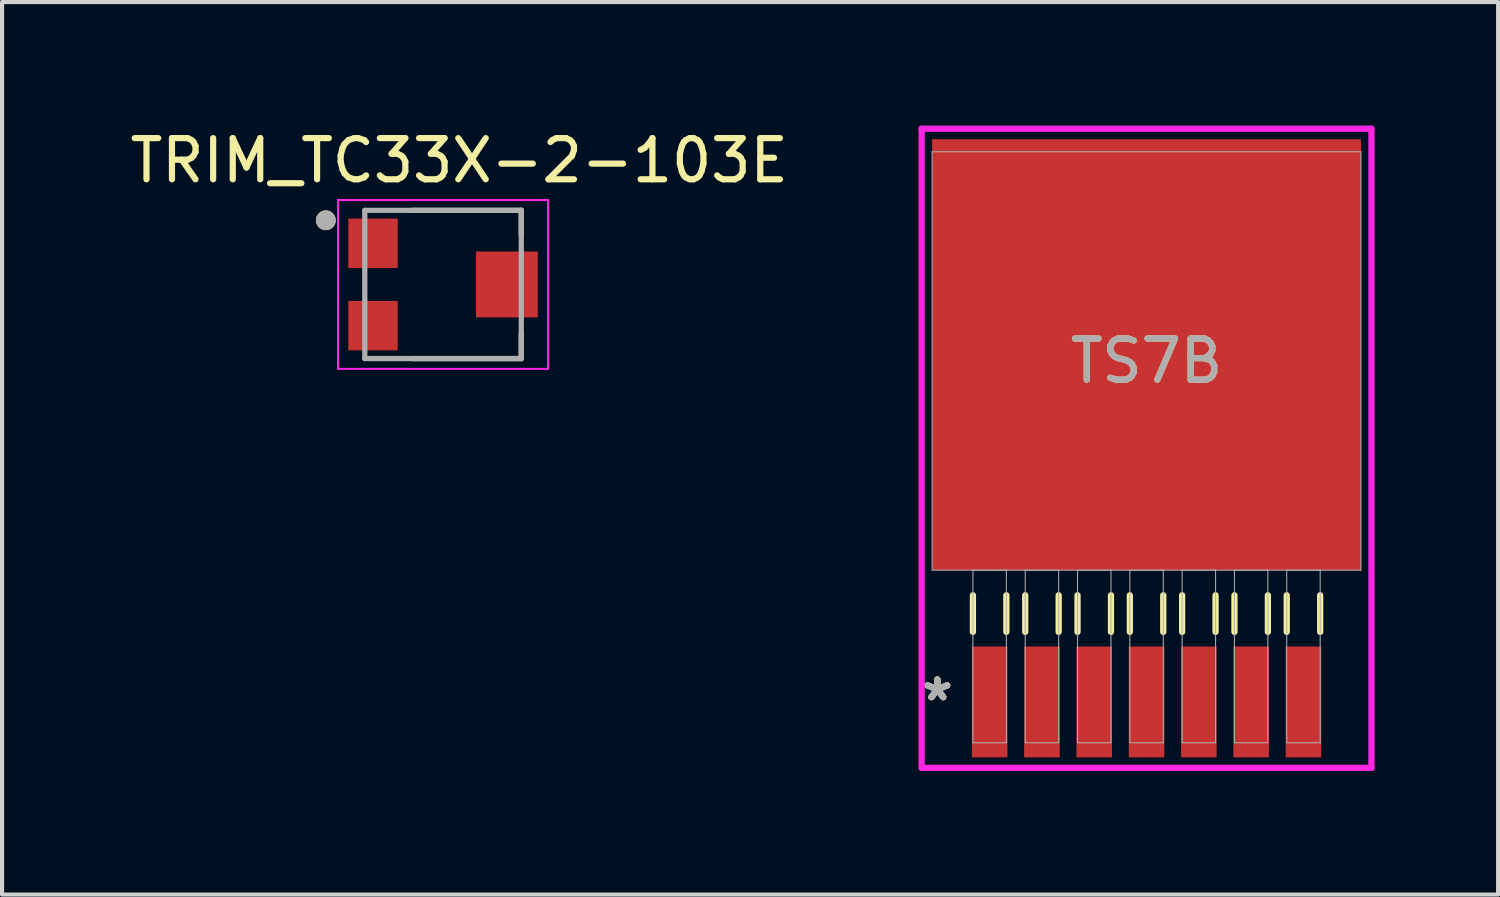
<source format=kicad_pcb>
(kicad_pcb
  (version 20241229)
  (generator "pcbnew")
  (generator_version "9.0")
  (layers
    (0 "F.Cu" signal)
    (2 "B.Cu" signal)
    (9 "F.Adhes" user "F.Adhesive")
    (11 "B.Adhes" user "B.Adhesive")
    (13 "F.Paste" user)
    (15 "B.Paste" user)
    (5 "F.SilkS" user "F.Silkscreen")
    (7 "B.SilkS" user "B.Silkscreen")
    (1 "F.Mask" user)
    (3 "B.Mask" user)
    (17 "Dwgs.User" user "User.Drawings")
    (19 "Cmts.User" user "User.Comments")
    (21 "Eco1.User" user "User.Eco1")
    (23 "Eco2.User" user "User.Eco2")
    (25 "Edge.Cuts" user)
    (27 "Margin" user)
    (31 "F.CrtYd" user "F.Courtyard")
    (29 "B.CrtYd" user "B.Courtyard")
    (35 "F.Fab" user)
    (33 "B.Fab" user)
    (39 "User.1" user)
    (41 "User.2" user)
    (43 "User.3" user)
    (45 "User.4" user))
  (footprint "TRIM_TC33X-2-103E"
    (layer "F.Cu")
    (at 7.808 3.857)
    (property "Reference" "TRIM_TC33X-2-103E" (at 0.294 -3.008 0) (layer "F.SilkS") (effects (font (size 1 1) (thickness 0.15))))
    (attr smd)
    (fp_line (start -0.85 -1.8) (end 1.8 -1.8) (stroke (width 0.127) (type solid)) (layer "F.SilkS"))
    (fp_line (start -0.85 1.8) (end 1.8 1.8) (stroke (width 0.127) (type solid)) (layer "F.SilkS"))
    (fp_line (start 1.8 -1.8) (end 1.8 -1.2) (stroke (width 0.127) (type solid)) (layer "F.SilkS"))
    (fp_line (start 1.8 1.8) (end 1.8 1.2) (stroke (width 0.127) (type solid)) (layer "F.SilkS"))
    (fp_circle (center -2.946 -1.558) (end -2.826 -1.558) (stroke (width 0.24) (type solid)) (fill no) (layer "F.SilkS"))
    (fp_line (start -2.65 -2.05) (end 2.45 -2.05) (stroke (width 0.05) (type solid)) (layer "F.CrtYd"))
    (fp_line (start -2.65 2.05) (end -2.65 -2.05) (stroke (width 0.05) (type solid)) (layer "F.CrtYd"))
    (fp_line (start 2.45 -2.05) (end 2.45 2.05) (stroke (width 0.05) (type solid)) (layer "F.CrtYd"))
    (fp_line (start 2.45 2.05) (end -2.65 2.05) (stroke (width 0.05) (type solid)) (layer "F.CrtYd"))
    (fp_line (start -2 -1.8) (end 1.8 -1.8) (stroke (width 0.127) (type solid)) (layer "F.Fab"))
    (fp_line (start -2 1.8) (end -2 -1.8) (stroke (width 0.127) (type solid)) (layer "F.Fab"))
    (fp_line (start 1.8 -1.8) (end 1.8 1.8) (stroke (width 0.127) (type solid)) (layer "F.Fab"))
    (fp_line (start 1.8 1.8) (end -2 1.8) (stroke (width 0.127) (type solid)) (layer "F.Fab"))
    (fp_circle (center -2.946 -1.558) (end -2.826 -1.558) (stroke (width 0.24) (type solid)) (fill no) (layer "F.Fab"))
    (pad "1" smd rect (at -1.8 -1) (size 1.2 1.2) (layers "F.Cu" "F.Mask" "F.Paste"))
    (pad "2" smd rect (at 1.45 0) (size 1.5 1.6) (layers "F.Cu" "F.Mask" "F.Paste"))
    (pad "3" smd rect (at -1.8 1) (size 1.2 1.2) (layers "F.Cu" "F.Mask" "F.Paste")))
  (footprint "TS7B"
    (layer "F.Cu")
    (at 24.791 5.715)
    (property "Reference" "TS7B" (at 0 0 0) (unlocked yes) (layer "F.SilkS") (effects (font (size 1 1) (thickness 0.15))))
    (attr smd)
    (fp_line (start -4.216 5.69) (end -4.216 6.579) (stroke (width 0.152) (type solid)) (layer "F.SilkS"))
    (fp_line (start -3.404 5.69) (end -3.404 6.579) (stroke (width 0.152) (type solid)) (layer "F.SilkS"))
    (fp_line (start -2.946 5.69) (end -2.946 6.579) (stroke (width 0.152) (type solid)) (layer "F.SilkS"))
    (fp_line (start -2.134 5.69) (end -2.134 6.579) (stroke (width 0.152) (type solid)) (layer "F.SilkS"))
    (fp_line (start -1.676 5.69) (end -1.676 6.579) (stroke (width 0.152) (type solid)) (layer "F.SilkS"))
    (fp_line (start -0.864 5.69) (end -0.864 6.579) (stroke (width 0.152) (type solid)) (layer "F.SilkS"))
    (fp_line (start -0.406 5.69) (end -0.406 6.579) (stroke (width 0.152) (type solid)) (layer "F.SilkS"))
    (fp_line (start 0.406 5.69) (end 0.406 6.579) (stroke (width 0.152) (type solid)) (layer "F.SilkS"))
    (fp_line (start 0.864 5.69) (end 0.864 6.579) (stroke (width 0.152) (type solid)) (layer "F.SilkS"))
    (fp_line (start 1.676 5.69) (end 1.676 6.579) (stroke (width 0.152) (type solid)) (layer "F.SilkS"))
    (fp_line (start 2.134 5.69) (end 2.134 6.579) (stroke (width 0.152) (type solid)) (layer "F.SilkS"))
    (fp_line (start 2.946 5.69) (end 2.946 6.579) (stroke (width 0.152) (type solid)) (layer "F.SilkS"))
    (fp_line (start 3.404 5.69) (end 3.404 6.579) (stroke (width 0.152) (type solid)) (layer "F.SilkS"))
    (fp_line (start 4.216 5.69) (end 4.216 6.579) (stroke (width 0.152) (type solid)) (layer "F.SilkS"))
    (fp_line (start -5.461 -5.639) (end 5.461 -5.639) (stroke (width 0.152) (type solid)) (layer "F.CrtYd"))
    (fp_line (start -5.461 9.881) (end -5.461 -5.639) (stroke (width 0.152) (type solid)) (layer "F.CrtYd"))
    (fp_line (start 5.461 -5.639) (end 5.461 9.881) (stroke (width 0.152) (type solid)) (layer "F.CrtYd"))
    (fp_line (start 5.461 9.881) (end -5.461 9.881) (stroke (width 0.152) (type solid)) (layer "F.CrtYd"))
    (fp_line (start -5.207 -5.08) (end -5.207 5.08) (stroke (width 0.025) (type solid)) (layer "F.Fab"))
    (fp_line (start -5.207 5.08) (end 5.207 5.08) (stroke (width 0.025) (type solid)) (layer "F.Fab"))
    (fp_line (start -4.216 5.08) (end -4.216 9.271) (stroke (width 0.025) (type solid)) (layer "F.Fab"))
    (fp_line (start -4.216 9.271) (end -3.404 9.271) (stroke (width 0.025) (type solid)) (layer "F.Fab"))
    (fp_line (start -3.404 5.08) (end -4.216 5.08) (stroke (width 0.025) (type solid)) (layer "F.Fab"))
    (fp_line (start -3.404 9.271) (end -3.404 5.08) (stroke (width 0.025) (type solid)) (layer "F.Fab"))
    (fp_line (start -2.946 5.08) (end -2.946 9.271) (stroke (width 0.025) (type solid)) (layer "F.Fab"))
    (fp_line (start -2.946 9.271) (end -2.134 9.271) (stroke (width 0.025) (type solid)) (layer "F.Fab"))
    (fp_line (start -2.134 5.08) (end -2.946 5.08) (stroke (width 0.025) (type solid)) (layer "F.Fab"))
    (fp_line (start -2.134 9.271) (end -2.134 5.08) (stroke (width 0.025) (type solid)) (layer "F.Fab"))
    (fp_line (start -1.676 5.08) (end -1.676 9.271) (stroke (width 0.025) (type solid)) (layer "F.Fab"))
    (fp_line (start -1.676 9.271) (end -0.864 9.271) (stroke (width 0.025) (type solid)) (layer "F.Fab"))
    (fp_line (start -0.864 5.08) (end -1.676 5.08) (stroke (width 0.025) (type solid)) (layer "F.Fab"))
    (fp_line (start -0.864 9.271) (end -0.864 5.08) (stroke (width 0.025) (type solid)) (layer "F.Fab"))
    (fp_line (start -0.406 5.08) (end -0.406 9.271) (stroke (width 0.025) (type solid)) (layer "F.Fab"))
    (fp_line (start -0.406 9.271) (end 0.406 9.271) (stroke (width 0.025) (type solid)) (layer "F.Fab"))
    (fp_line (start 0.406 5.08) (end -0.406 5.08) (stroke (width 0.025) (type solid)) (layer "F.Fab"))
    (fp_line (start 0.406 9.271) (end 0.406 5.08) (stroke (width 0.025) (type solid)) (layer "F.Fab"))
    (fp_line (start 0.864 5.08) (end 0.864 9.271) (stroke (width 0.025) (type solid)) (layer "F.Fab"))
    (fp_line (start 0.864 9.271) (end 1.676 9.271) (stroke (width 0.025) (type solid)) (layer "F.Fab"))
    (fp_line (start 1.676 5.08) (end 0.864 5.08) (stroke (width 0.025) (type solid)) (layer "F.Fab"))
    (fp_line (start 1.676 9.271) (end 1.676 5.08) (stroke (width 0.025) (type solid)) (layer "F.Fab"))
    (fp_line (start 2.134 5.08) (end 2.134 9.271) (stroke (width 0.025) (type solid)) (layer "F.Fab"))
    (fp_line (start 2.134 9.271) (end 2.946 9.271) (stroke (width 0.025) (type solid)) (layer "F.Fab"))
    (fp_line (start 2.946 5.08) (end 2.134 5.08) (stroke (width 0.025) (type solid)) (layer "F.Fab"))
    (fp_line (start 2.946 9.271) (end 2.946 5.08) (stroke (width 0.025) (type solid)) (layer "F.Fab"))
    (fp_line (start 3.404 5.08) (end 3.404 9.271) (stroke (width 0.025) (type solid)) (layer "F.Fab"))
    (fp_line (start 3.404 9.271) (end 4.216 9.271) (stroke (width 0.025) (type solid)) (layer "F.Fab"))
    (fp_line (start 4.216 5.08) (end 3.404 5.08) (stroke (width 0.025) (type solid)) (layer "F.Fab"))
    (fp_line (start 4.216 9.271) (end 4.216 5.08) (stroke (width 0.025) (type solid)) (layer "F.Fab"))
    (fp_line (start 5.207 -5.08) (end -5.207 -5.08) (stroke (width 0.025) (type solid)) (layer "F.Fab"))
    (fp_line (start 5.207 5.08) (end 5.207 -5.08) (stroke (width 0.025) (type solid)) (layer "F.Fab"))
    (fp_text user "*" (at -5.08 8.28 0) (layer "F.SilkS") (effects (font (size 1 1) (thickness 0.15))))
    (fp_text user "*" (at -5.08 8.28 0) (unlocked yes) (layer "F.SilkS") (effects (font (size 1 1) (thickness 0.15))))
    (fp_text user "*" (at -5.08 8.28 0) (unlocked yes) (layer "F.Fab") (effects (font (size 1 1) (thickness 0.15))))
    (fp_text user "${REFERENCE}" (at 0 0 0) (unlocked yes) (layer "F.Fab") (effects (font (size 1 1) (thickness 0.15))))
    (fp_text user "*" (at -5.08 8.28 0) (layer "F.Fab") (effects (font (size 1 1) (thickness 0.15))))
    (pad "1" smd rect (at -3.81 8.28) (size 0.864 2.692) (layers "F.Cu" "F.Mask" "F.Paste"))
    (pad "2" smd rect (at -2.54 8.28) (size 0.864 2.692) (layers "F.Cu" "F.Mask" "F.Paste"))
    (pad "3" smd rect (at -1.27 8.28) (size 0.864 2.692) (layers "F.Cu" "F.Mask" "F.Paste"))
    (pad "4" smd rect (at 0 8.28) (size 0.864 2.692) (layers "F.Cu" "F.Mask" "F.Paste"))
    (pad "5" smd rect (at 1.27 8.28) (size 0.864 2.692) (layers "F.Cu" "F.Mask" "F.Paste"))
    (pad "6" smd rect (at 2.54 8.28) (size 0.864 2.692) (layers "F.Cu" "F.Mask" "F.Paste"))
    (pad "7" smd rect (at 3.81 8.28) (size 0.864 2.692) (layers "F.Cu" "F.Mask" "F.Paste"))
    (pad "8" smd rect (at 0 -0.152) (size 10.414 10.465) (layers "F.Cu" "F.Mask" "F.Paste")))
  (gr_rect
    (start -3 -3)
    (end 33.328 18.672)
    (stroke (width 0.1) (type default))
    (fill no)
    (layer "Edge.Cuts")))
</source>
